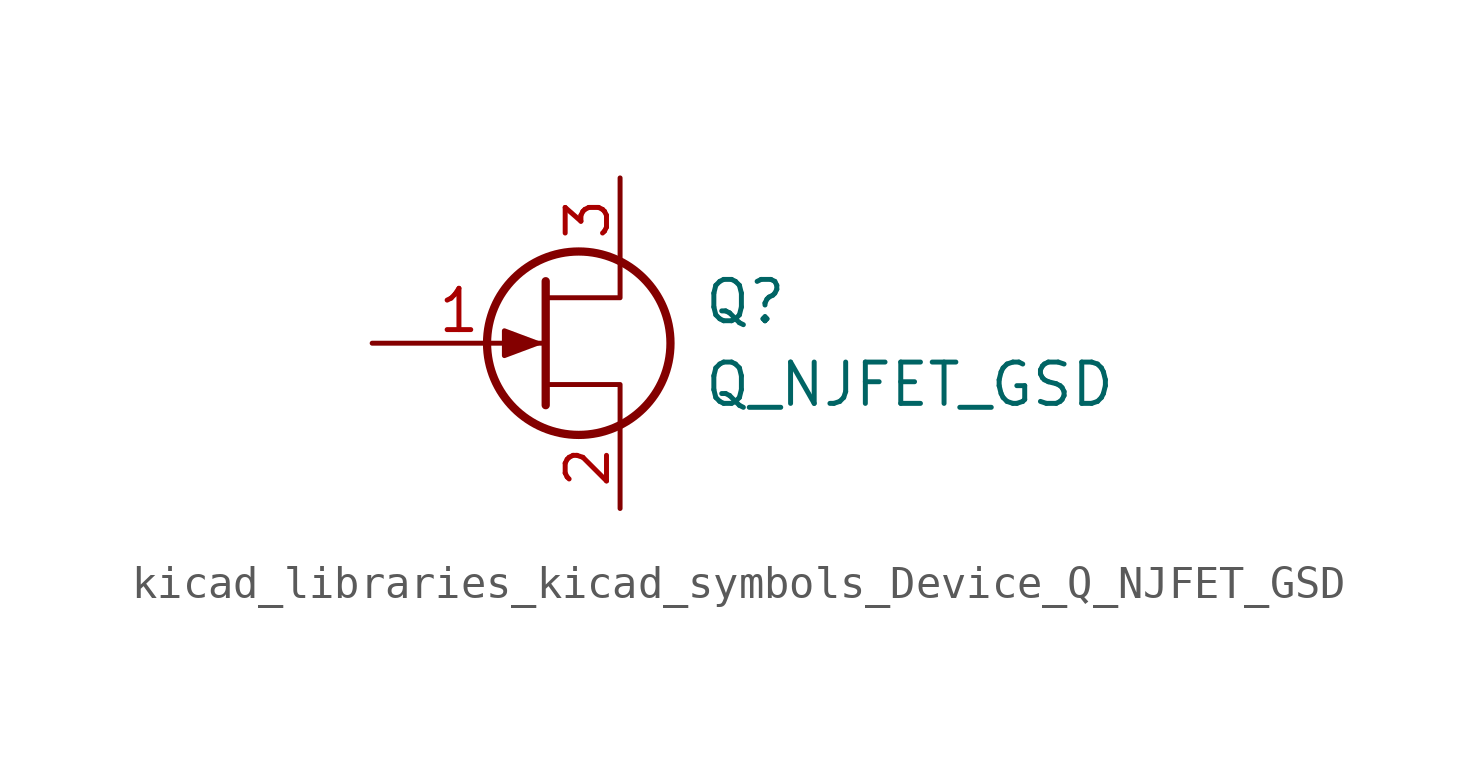
<source format=kicad_sym>
(kicad_symbol_lib
  (version 20220914)
  (generator kicad_symbol_editor)
  (symbol "kicad_libraries_kicad_symbols_Device_Q_NJFET_GSD"
    (pin_names
      (offset 0) hide)
    (property "Reference" "Q"
      (at 5.08 1.27 0)
      (effects (font (size 1.27 1.27)) (justify left)))
    (property "Value" "Q_NJFET_GSD"
      (at 5.08 -1.27 0)
      (effects (font (size 1.27 1.27)) (justify left)))
    (symbol "kicad_libraries_kicad_symbols_Device_Q_NJFET_GSD_0_1"
      (polyline (pts (xy 0.254 1.905) (xy 0.254 -1.905) (xy 0.254 -1.905)) (stroke (width 0.254) (type default)) (fill (type none)))
      (polyline (pts (xy 2.54 -2.54) (xy 2.54 -1.27) (xy 0.254 -1.27)) (stroke (width 0) (type default)) (fill (type none)))
      (polyline (pts (xy 2.54 2.54) (xy 2.54 1.397) (xy 0.254 1.397)) (stroke (width 0) (type default)) (fill (type none)))
      (polyline (pts (xy 0 0) (xy -1.016 0.381) (xy -1.016 -0.381) (xy 0 0)) (stroke (width 0) (type default)) (fill (type outline)))
      (circle (center 1.27 0) (radius 2.819) (stroke (width 0.254) (type default)) (fill (type none))))
    (symbol "kicad_libraries_kicad_symbols_Device_Q_NJFET_GSD_1_1"
      (pin input line (at -5.08 0 0) (length 5.334) (name "G" (effects (font (size 1.27 1.27)))) (number "1" (effects (font (size 1.27 1.27)))))
      (pin passive line (at 2.54 -5.08 90) (length 2.54) (name "S" (effects (font (size 1.27 1.27)))) (number "2" (effects (font (size 1.27 1.27)))))
      (pin passive line (at 2.54 5.08 270) (length 2.54) (name "D" (effects (font (size 1.27 1.27)))) (number "3" (effects (font (size 1.27 1.27))))))))
</source>
